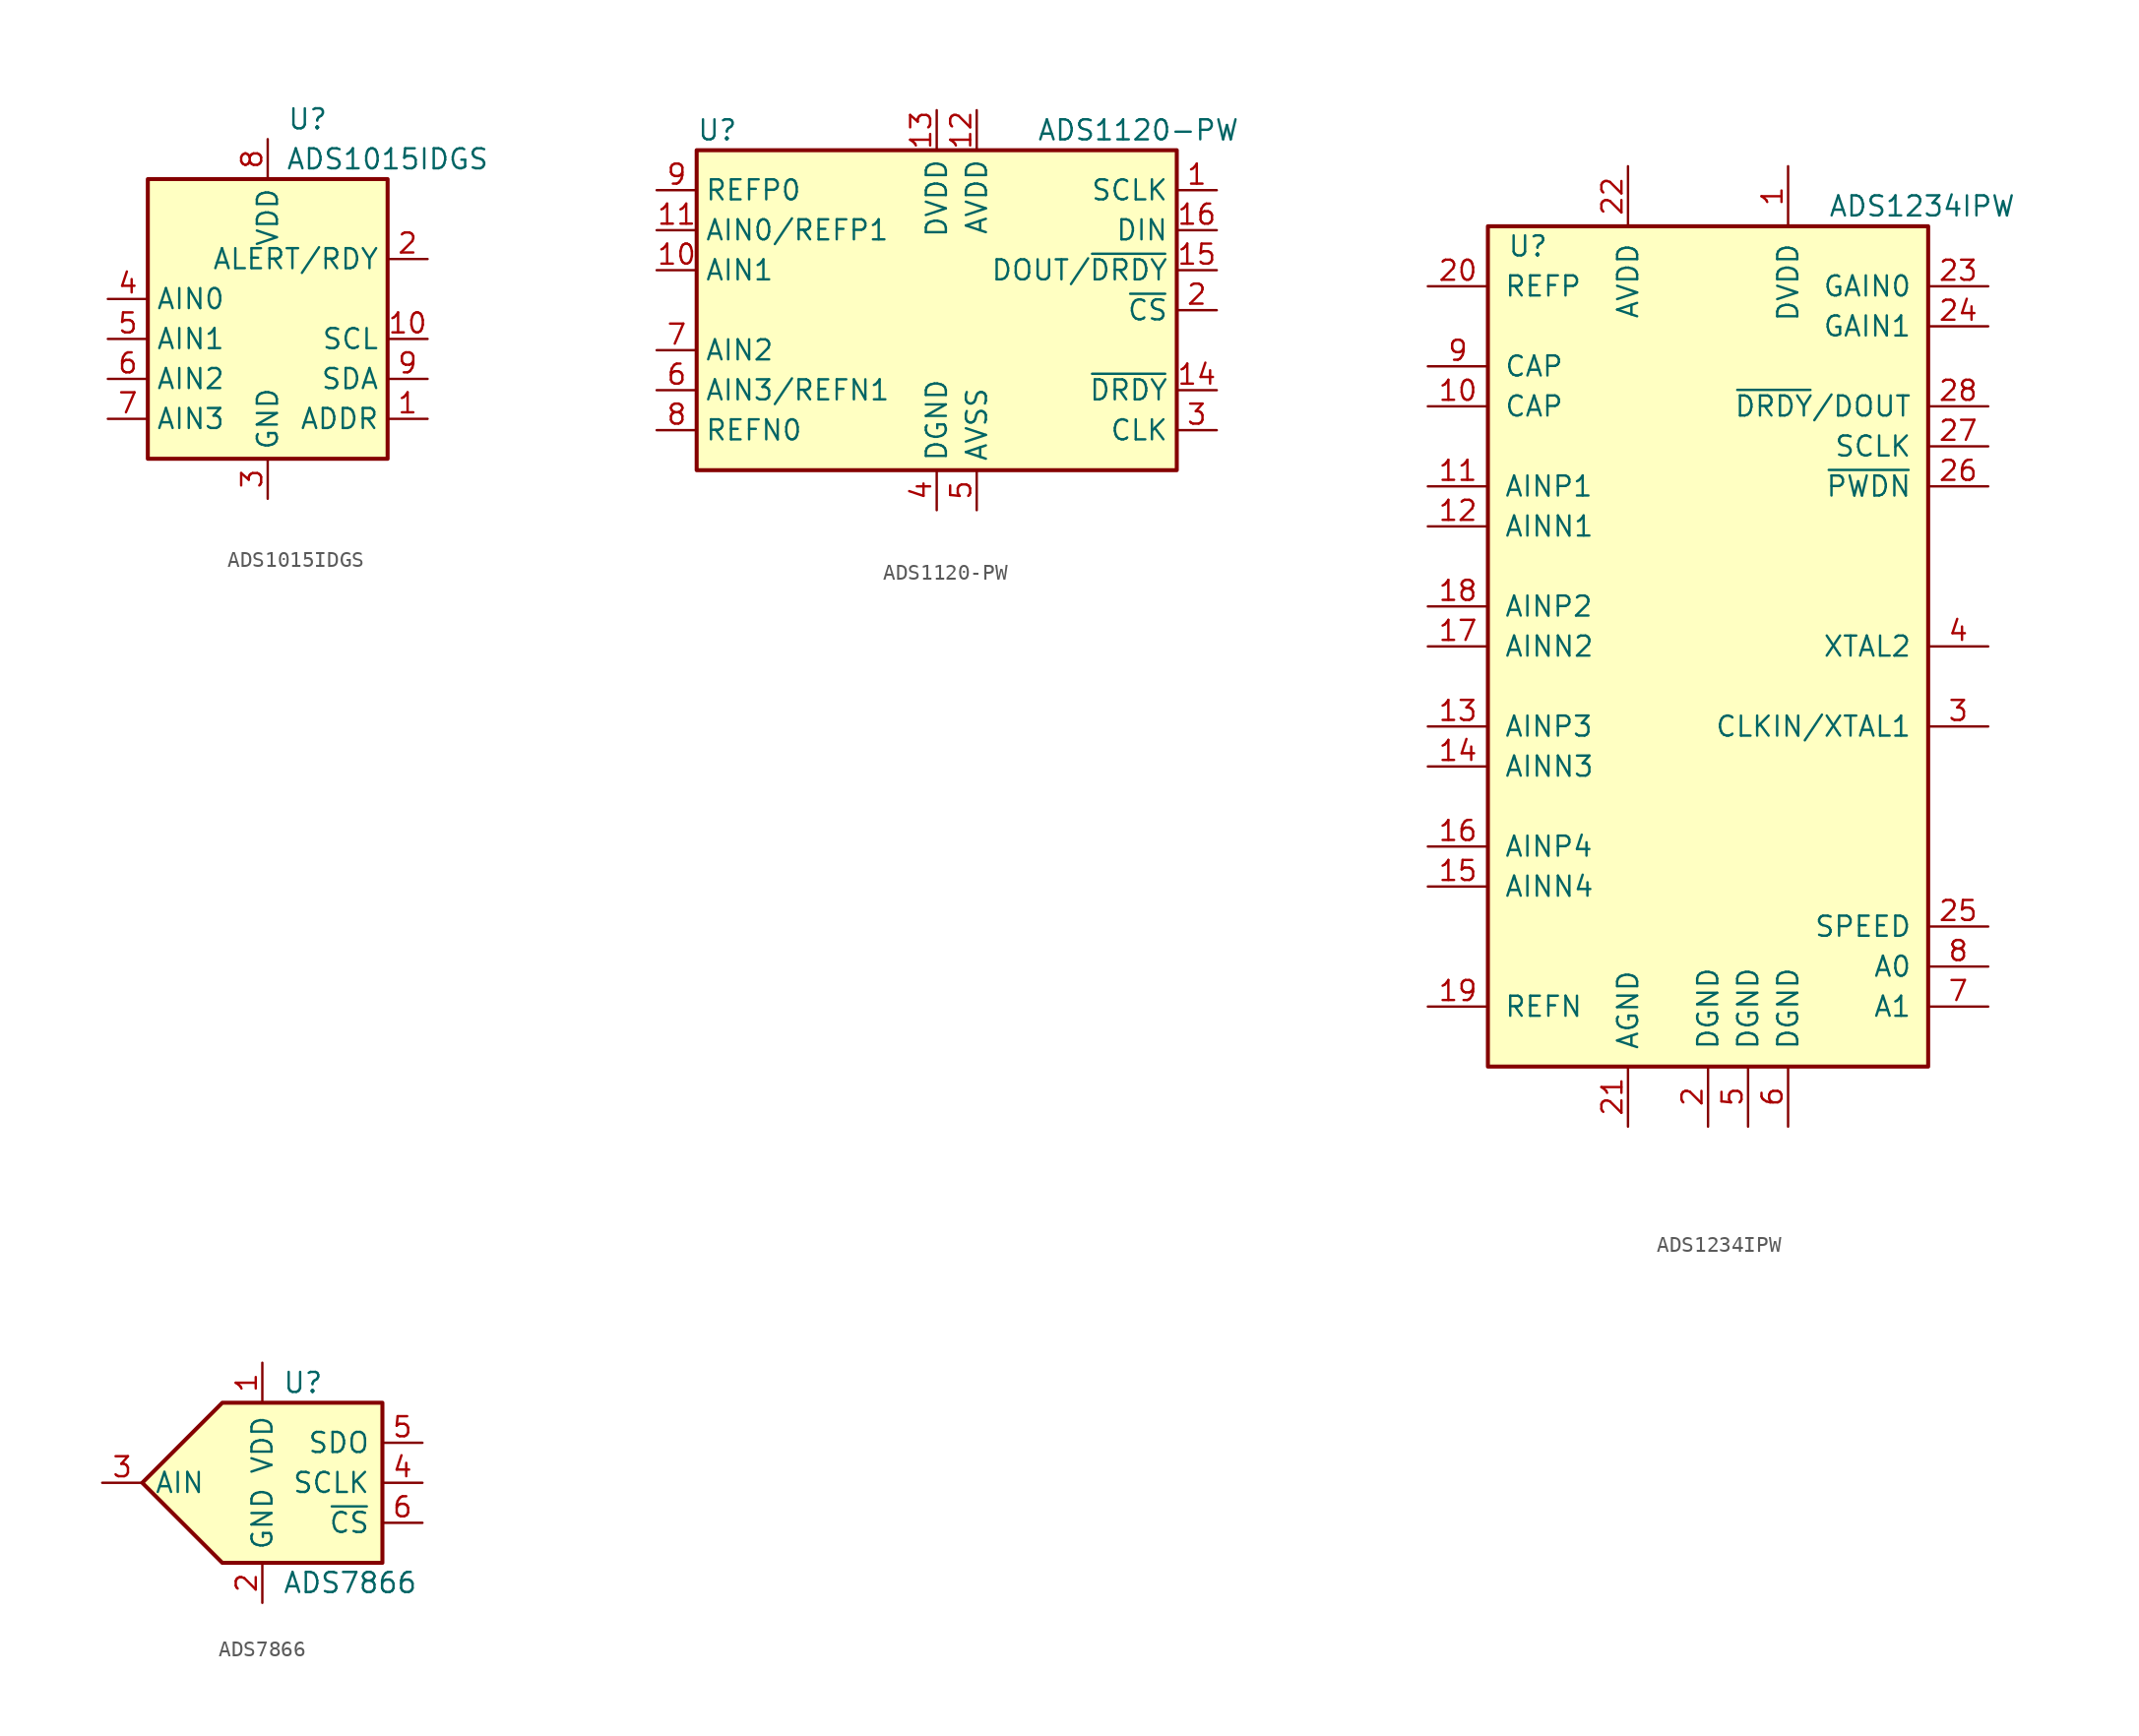
<source format=kicad_sym>
(kicad_symbol_lib
  (version 20231120)
  (generator "kicad_symbol_editor")
  (generator_version "8.0")
  (symbol "ADS1015IDGS"
    (property "Reference" "U"
      (at 2.54 13.97 0)
      (effects (font (size 1.27 1.27))))
    (property "Value" "ADS1015IDGS"
      (at 7.62 11.43 0)
      (effects (font (size 1.27 1.27))))
    (symbol "ADS1015IDGS_0_1"
      (rectangle (start -7.62 10.16) (end 7.62 -7.62) (stroke (width 0.254) (type default)) (fill (type background))))
    (symbol "ADS1015IDGS_1_1"
      (pin input line (at 10.16 -5.08 180) (length 2.54) (name "ADDR" (effects (font (size 1.27 1.27)))) (number "1" (effects (font (size 1.27 1.27)))))
      (pin input line (at 10.16 0 180) (length 2.54) (name "SCL" (effects (font (size 1.27 1.27)))) (number "10" (effects (font (size 1.27 1.27)))))
      (pin output line (at 10.16 5.08 180) (length 2.54) (name "ALERT/RDY" (effects (font (size 1.27 1.27)))) (number "2" (effects (font (size 1.27 1.27)))))
      (pin power_in line (at 0 -10.16 90) (length 2.54) (name "GND" (effects (font (size 1.27 1.27)))) (number "3" (effects (font (size 1.27 1.27)))))
      (pin input line (at -10.16 2.54 0) (length 2.54) (name "AIN0" (effects (font (size 1.27 1.27)))) (number "4" (effects (font (size 1.27 1.27)))))
      (pin input line (at -10.16 0 0) (length 2.54) (name "AIN1" (effects (font (size 1.27 1.27)))) (number "5" (effects (font (size 1.27 1.27)))))
      (pin input line (at -10.16 -2.54 0) (length 2.54) (name "AIN2" (effects (font (size 1.27 1.27)))) (number "6" (effects (font (size 1.27 1.27)))))
      (pin input line (at -10.16 -5.08 0) (length 2.54) (name "AIN3" (effects (font (size 1.27 1.27)))) (number "7" (effects (font (size 1.27 1.27)))))
      (pin power_in line (at 0 12.7 270) (length 2.54) (name "VDD" (effects (font (size 1.27 1.27)))) (number "8" (effects (font (size 1.27 1.27)))))
      (pin bidirectional line (at 10.16 -2.54 180) (length 2.54) (name "SDA" (effects (font (size 1.27 1.27)))) (number "9" (effects (font (size 1.27 1.27)))))))
  (symbol "ADS1120-PW"
    (property "Reference" "U"
      (at -15.24 11.43 0)
      (effects (font (size 1.27 1.27)) (justify left)))
    (property "Value" "ADS1120-PW"
      (at 6.35 11.43 0)
      (effects (font (size 1.27 1.27)) (justify left)))
    (symbol "ADS1120-PW_0_1"
      (rectangle (start -15.24 10.16) (end 15.24 -10.16) (stroke (width 0.254) (type default)) (fill (type background))))
    (symbol "ADS1120-PW_1_1"
      (pin input line (at 17.78 7.62 180) (length 2.54) (name "SCLK" (effects (font (size 1.27 1.27)))) (number "1" (effects (font (size 1.27 1.27)))))
      (pin input line (at -17.78 2.54 0) (length 2.54) (name "AIN1" (effects (font (size 1.27 1.27)))) (number "10" (effects (font (size 1.27 1.27)))))
      (pin input line (at -17.78 5.08 0) (length 2.54) (name "AIN0/REFP1" (effects (font (size 1.27 1.27)))) (number "11" (effects (font (size 1.27 1.27)))))
      (pin power_in line (at 2.54 12.7 270) (length 2.54) (name "AVDD" (effects (font (size 1.27 1.27)))) (number "12" (effects (font (size 1.27 1.27)))))
      (pin power_in line (at 0 12.7 270) (length 2.54) (name "DVDD" (effects (font (size 1.27 1.27)))) (number "13" (effects (font (size 1.27 1.27)))))
      (pin output line (at 17.78 -5.08 180) (length 2.54) (name "~{DRDY}" (effects (font (size 1.27 1.27)))) (number "14" (effects (font (size 1.27 1.27)))))
      (pin output line (at 17.78 2.54 180) (length 2.54) (name "DOUT/~{DRDY}" (effects (font (size 1.27 1.27)))) (number "15" (effects (font (size 1.27 1.27)))))
      (pin input line (at 17.78 5.08 180) (length 2.54) (name "DIN" (effects (font (size 1.27 1.27)))) (number "16" (effects (font (size 1.27 1.27)))))
      (pin input line (at 17.78 0 180) (length 2.54) (name "~{CS}" (effects (font (size 1.27 1.27)))) (number "2" (effects (font (size 1.27 1.27)))))
      (pin input line (at 17.78 -7.62 180) (length 2.54) (name "CLK" (effects (font (size 1.27 1.27)))) (number "3" (effects (font (size 1.27 1.27)))))
      (pin power_in line (at 0 -12.7 90) (length 2.54) (name "DGND" (effects (font (size 1.27 1.27)))) (number "4" (effects (font (size 1.27 1.27)))))
      (pin power_in line (at 2.54 -12.7 90) (length 2.54) (name "AVSS" (effects (font (size 1.27 1.27)))) (number "5" (effects (font (size 1.27 1.27)))))
      (pin input line (at -17.78 -5.08 0) (length 2.54) (name "AIN3/REFN1" (effects (font (size 1.27 1.27)))) (number "6" (effects (font (size 1.27 1.27)))))
      (pin input line (at -17.78 -2.54 0) (length 2.54) (name "AIN2" (effects (font (size 1.27 1.27)))) (number "7" (effects (font (size 1.27 1.27)))))
      (pin input line (at -17.78 -7.62 0) (length 2.54) (name "REFN0" (effects (font (size 1.27 1.27)))) (number "8" (effects (font (size 1.27 1.27)))))
      (pin input line (at -17.78 7.62 0) (length 2.54) (name "REFP0" (effects (font (size 1.27 1.27)))) (number "9" (effects (font (size 1.27 1.27)))))))
  (symbol "ADS1234IPW"
    (pin_names
      (offset 1.016))
    (property "Reference" "U"
      (at -11.43 25.4 0)
      (effects (font (size 1.27 1.27))))
    (property "Value" "ADS1234IPW"
      (at 7.62 27.94 0)
      (effects (font (size 1.27 1.27)) (justify left)))
    (symbol "ADS1234IPW_0_1"
      (rectangle (start -13.97 26.67) (end 13.97 -26.67) (stroke (width 0.254) (type default)) (fill (type background))))
    (symbol "ADS1234IPW_1_1"
      (pin power_in line (at 5.08 30.48 270) (length 3.81) (name "DVDD" (effects (font (size 1.27 1.27)))) (number "1" (effects (font (size 1.27 1.27)))))
      (pin passive line (at -17.78 15.24 0) (length 3.81) (name "CAP" (effects (font (size 1.27 1.27)))) (number "10" (effects (font (size 1.27 1.27)))))
      (pin input line (at -17.78 10.16 0) (length 3.81) (name "AINP1" (effects (font (size 1.27 1.27)))) (number "11" (effects (font (size 1.27 1.27)))))
      (pin input line (at -17.78 7.62 0) (length 3.81) (name "AINN1" (effects (font (size 1.27 1.27)))) (number "12" (effects (font (size 1.27 1.27)))))
      (pin input line (at -17.78 -5.08 0) (length 3.81) (name "AINP3" (effects (font (size 1.27 1.27)))) (number "13" (effects (font (size 1.27 1.27)))))
      (pin input line (at -17.78 -7.62 0) (length 3.81) (name "AINN3" (effects (font (size 1.27 1.27)))) (number "14" (effects (font (size 1.27 1.27)))))
      (pin input line (at -17.78 -15.24 0) (length 3.81) (name "AINN4" (effects (font (size 1.27 1.27)))) (number "15" (effects (font (size 1.27 1.27)))))
      (pin input line (at -17.78 -12.7 0) (length 3.81) (name "AINP4" (effects (font (size 1.27 1.27)))) (number "16" (effects (font (size 1.27 1.27)))))
      (pin input line (at -17.78 0 0) (length 3.81) (name "AINN2" (effects (font (size 1.27 1.27)))) (number "17" (effects (font (size 1.27 1.27)))))
      (pin input line (at -17.78 2.54 0) (length 3.81) (name "AINP2" (effects (font (size 1.27 1.27)))) (number "18" (effects (font (size 1.27 1.27)))))
      (pin input line (at -17.78 -22.86 0) (length 3.81) (name "REFN" (effects (font (size 1.27 1.27)))) (number "19" (effects (font (size 1.27 1.27)))))
      (pin power_in line (at 0 -30.48 90) (length 3.81) (name "DGND" (effects (font (size 1.27 1.27)))) (number "2" (effects (font (size 1.27 1.27)))))
      (pin input line (at -17.78 22.86 0) (length 3.81) (name "REFP" (effects (font (size 1.27 1.27)))) (number "20" (effects (font (size 1.27 1.27)))))
      (pin power_in line (at -5.08 -30.48 90) (length 3.81) (name "AGND" (effects (font (size 1.27 1.27)))) (number "21" (effects (font (size 1.27 1.27)))))
      (pin power_in line (at -5.08 30.48 270) (length 3.81) (name "AVDD" (effects (font (size 1.27 1.27)))) (number "22" (effects (font (size 1.27 1.27)))))
      (pin input line (at 17.78 22.86 180) (length 3.81) (name "GAIN0" (effects (font (size 1.27 1.27)))) (number "23" (effects (font (size 1.27 1.27)))))
      (pin input line (at 17.78 20.32 180) (length 3.81) (name "GAIN1" (effects (font (size 1.27 1.27)))) (number "24" (effects (font (size 1.27 1.27)))))
      (pin input line (at 17.78 -17.78 180) (length 3.81) (name "SPEED" (effects (font (size 1.27 1.27)))) (number "25" (effects (font (size 1.27 1.27)))))
      (pin input line (at 17.78 10.16 180) (length 3.81) (name "~{PWDN}" (effects (font (size 1.27 1.27)))) (number "26" (effects (font (size 1.27 1.27)))))
      (pin input line (at 17.78 12.7 180) (length 3.81) (name "SCLK" (effects (font (size 1.27 1.27)))) (number "27" (effects (font (size 1.27 1.27)))))
      (pin output line (at 17.78 15.24 180) (length 3.81) (name "~{DRDY}/DOUT" (effects (font (size 1.27 1.27)))) (number "28" (effects (font (size 1.27 1.27)))))
      (pin bidirectional line (at 17.78 -5.08 180) (length 3.81) (name "CLKIN/XTAL1" (effects (font (size 1.27 1.27)))) (number "3" (effects (font (size 1.27 1.27)))))
      (pin bidirectional line (at 17.78 0 180) (length 3.81) (name "XTAL2" (effects (font (size 1.27 1.27)))) (number "4" (effects (font (size 1.27 1.27)))))
      (pin power_in line (at 2.54 -30.48 90) (length 3.81) (name "DGND" (effects (font (size 1.27 1.27)))) (number "5" (effects (font (size 1.27 1.27)))))
      (pin power_in line (at 5.08 -30.48 90) (length 3.81) (name "DGND" (effects (font (size 1.27 1.27)))) (number "6" (effects (font (size 1.27 1.27)))))
      (pin input line (at 17.78 -22.86 180) (length 3.81) (name "A1" (effects (font (size 1.27 1.27)))) (number "7" (effects (font (size 1.27 1.27)))))
      (pin input line (at 17.78 -20.32 180) (length 3.81) (name "A0" (effects (font (size 1.27 1.27)))) (number "8" (effects (font (size 1.27 1.27)))))
      (pin passive line (at -17.78 17.78 0) (length 3.81) (name "CAP" (effects (font (size 1.27 1.27)))) (number "9" (effects (font (size 1.27 1.27)))))))
  (symbol "ADS7866"
    (pin_names
      (offset 0.762))
    (property "Reference" "U"
      (at 1.27 6.35 0)
      (effects (font (size 1.27 1.27)) (justify left)))
    (property "Value" "ADS7866"
      (at 1.27 -6.35 0)
      (effects (font (size 1.27 1.27)) (justify left)))
    (symbol "ADS7866_0_1"
      (polyline (pts (xy -2.54 5.08) (xy 7.62 5.08) (xy 7.62 -5.08) (xy -2.54 -5.08) (xy -7.62 0) (xy -2.54 5.08)) (stroke (width 0.254) (type default)) (fill (type background))))
    (symbol "ADS7866_1_1"
      (pin power_in line (at 0 7.62 270) (length 2.54) (name "VDD" (effects (font (size 1.27 1.27)))) (number "1" (effects (font (size 1.27 1.27)))))
      (pin power_in line (at 0 -7.62 90) (length 2.54) (name "GND" (effects (font (size 1.27 1.27)))) (number "2" (effects (font (size 1.27 1.27)))))
      (pin input line (at -10.16 0 0) (length 2.54) (name "AIN" (effects (font (size 1.27 1.27)))) (number "3" (effects (font (size 1.27 1.27)))))
      (pin input line (at 10.16 0 180) (length 2.54) (name "SCLK" (effects (font (size 1.27 1.27)))) (number "4" (effects (font (size 1.27 1.27)))))
      (pin tri_state line (at 10.16 2.54 180) (length 2.54) (name "SDO" (effects (font (size 1.27 1.27)))) (number "5" (effects (font (size 1.27 1.27)))))
      (pin input line (at 10.16 -2.54 180) (length 2.54) (name "~{CS}" (effects (font (size 1.27 1.27)))) (number "6" (effects (font (size 1.27 1.27))))))))
</source>
